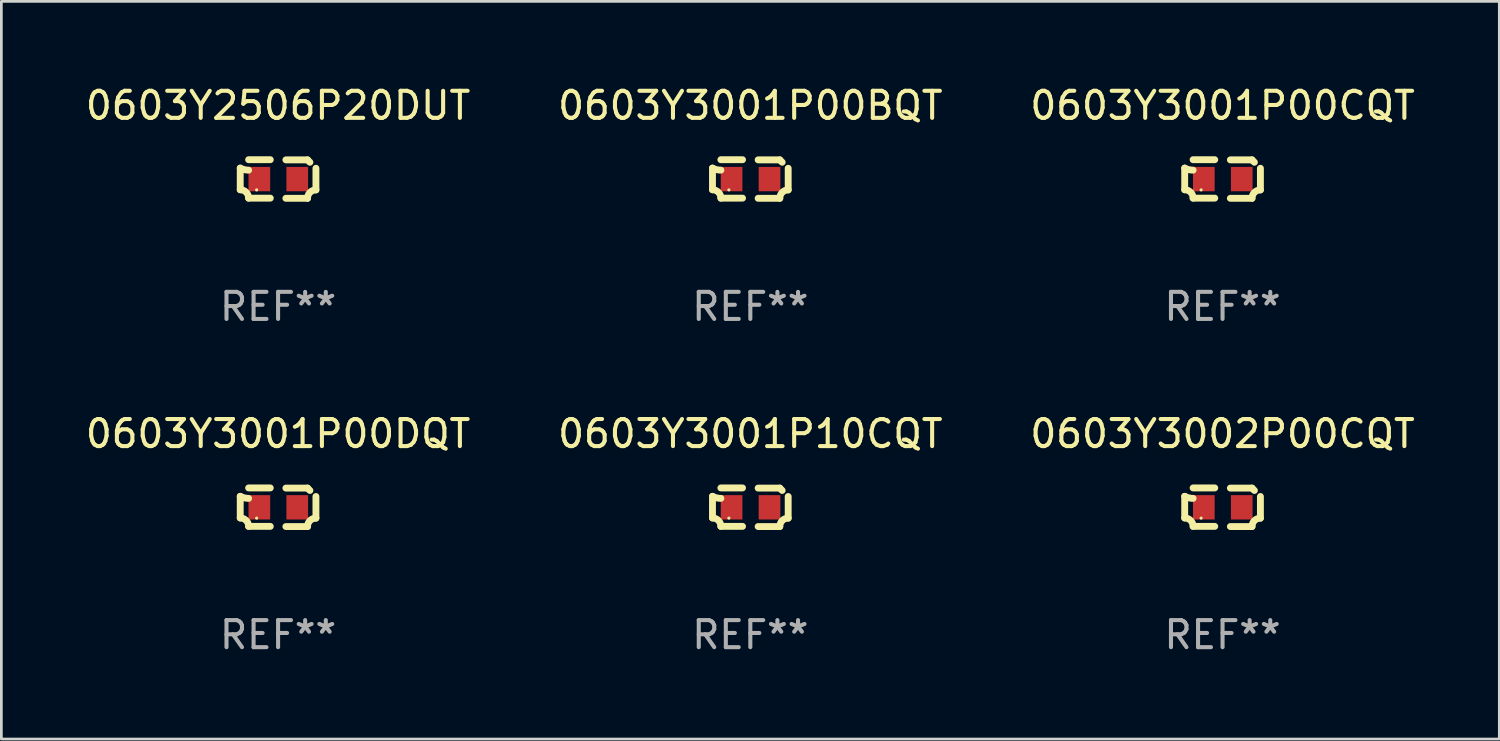
<source format=kicad_pcb>
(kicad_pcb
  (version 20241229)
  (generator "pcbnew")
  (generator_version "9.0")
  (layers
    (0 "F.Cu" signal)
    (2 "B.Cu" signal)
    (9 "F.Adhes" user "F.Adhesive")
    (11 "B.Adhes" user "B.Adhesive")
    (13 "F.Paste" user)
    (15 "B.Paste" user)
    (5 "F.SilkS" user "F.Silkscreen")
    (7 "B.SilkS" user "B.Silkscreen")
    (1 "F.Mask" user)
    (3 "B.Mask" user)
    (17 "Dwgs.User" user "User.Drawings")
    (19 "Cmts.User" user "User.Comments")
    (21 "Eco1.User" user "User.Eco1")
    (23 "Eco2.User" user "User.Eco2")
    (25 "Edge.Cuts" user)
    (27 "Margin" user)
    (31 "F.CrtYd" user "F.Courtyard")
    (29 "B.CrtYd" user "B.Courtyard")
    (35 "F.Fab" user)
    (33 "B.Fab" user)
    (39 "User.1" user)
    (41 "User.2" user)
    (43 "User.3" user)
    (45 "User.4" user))
  (footprint "0603Y2506P20DUT"
    (layer "F.Cu")
    (at 7.22 3.561)
    (property "Reference" "0603Y2506P20DUT" (at 0 -2.713 0) (layer "F.SilkS") (effects (font (size 1 1) (thickness 0.15))))
    (attr through_hole)
    (fp_line (start -1.398 -0.403) (end -1.398 0.397) (stroke (width 0.254) (type solid)) (layer "F.SilkS"))
    (fp_line (start -0.288 -0.713) (end -1.088 -0.713) (stroke (width 0.254) (type solid)) (layer "F.SilkS"))
    (fp_line (start -0.288 0.707) (end -1.088 0.707) (stroke (width 0.254) (type solid)) (layer "F.SilkS"))
    (fp_line (start 0.288 -0.707) (end 1.088 -0.707) (stroke (width 0.254) (type solid)) (layer "F.SilkS"))
    (fp_line (start 0.288 0.713) (end 1.088 0.713) (stroke (width 0.254) (type solid)) (layer "F.SilkS"))
    (fp_line (start 1.398 -0.397) (end 1.398 0.403) (stroke (width 0.254) (type solid)) (layer "F.SilkS"))
    (fp_arc (start -1.397789 0.397066) (mid -1.178701 0.487826) (end -1.08796 0.706922) (stroke (width 0.254001) (type solid)) (layer "F.SilkS"))
    (fp_arc (start -1.08796 -0.327176) (mid -1.247436 -0.346384) (end -1.39779 -0.402908) (stroke (width 0.254001) (type solid)) (layer "F.SilkS"))
    (fp_arc (start 1.087909 0.712738) (mid 1.178656 0.493655) (end 1.397739 0.402908) (stroke (width 0.254001) (type solid)) (layer "F.SilkS"))
    (fp_arc (start 1.175925 -0.618926) (mid 1.131917 -0.662923) (end 1.08791 -0.706922) (stroke (width 0.254001) (type solid)) (layer "F.SilkS"))
    (fp_circle (center -0.792 0.403) (end -0.762 0.403) (stroke (width 0.06) (type solid)) (fill no) (layer "F.SilkS"))
    (fp_text user "REF**" (at 0 4.713 0) (layer "F.Fab") (effects (font (size 1 1) (thickness 0.15))))
    (pad "1" smd rect (at -0.692 0.003) (size 0.8 0.9) (layers "F.Cu" "F.Mask" "F.Paste"))
    (pad "2" smd rect (at 0.708 0.003) (size 0.8 0.9) (layers "F.Cu" "F.Mask" "F.Paste")))
  (footprint "0603Y3001P00CQT"
    (layer "F.Cu")
    (at 42.101 3.561)
    (property "Reference" "0603Y3001P00CQT" (at 0 -2.713 0) (layer "F.SilkS") (effects (font (size 1 1) (thickness 0.15))))
    (attr through_hole)
    (fp_line (start -1.398 -0.403) (end -1.398 0.397) (stroke (width 0.254) (type solid)) (layer "F.SilkS"))
    (fp_line (start -0.288 -0.713) (end -1.088 -0.713) (stroke (width 0.254) (type solid)) (layer "F.SilkS"))
    (fp_line (start -0.288 0.707) (end -1.088 0.707) (stroke (width 0.254) (type solid)) (layer "F.SilkS"))
    (fp_line (start 0.288 -0.707) (end 1.088 -0.707) (stroke (width 0.254) (type solid)) (layer "F.SilkS"))
    (fp_line (start 0.288 0.713) (end 1.088 0.713) (stroke (width 0.254) (type solid)) (layer "F.SilkS"))
    (fp_line (start 1.398 -0.397) (end 1.398 0.403) (stroke (width 0.254) (type solid)) (layer "F.SilkS"))
    (fp_arc (start -1.397789 0.397066) (mid -1.178701 0.487826) (end -1.08796 0.706922) (stroke (width 0.254001) (type solid)) (layer "F.SilkS"))
    (fp_arc (start -1.08796 -0.327176) (mid -1.247436 -0.346384) (end -1.39779 -0.402908) (stroke (width 0.254001) (type solid)) (layer "F.SilkS"))
    (fp_arc (start 1.087909 0.712738) (mid 1.178656 0.493655) (end 1.397739 0.402908) (stroke (width 0.254001) (type solid)) (layer "F.SilkS"))
    (fp_arc (start 1.175925 -0.618926) (mid 1.131917 -0.662923) (end 1.08791 -0.706922) (stroke (width 0.254001) (type solid)) (layer "F.SilkS"))
    (fp_circle (center -0.792 0.403) (end -0.762 0.403) (stroke (width 0.06) (type solid)) (fill no) (layer "F.SilkS"))
    (fp_text user "REF**" (at 0 4.713 0) (layer "F.Fab") (effects (font (size 1 1) (thickness 0.15))))
    (pad "1" smd rect (at -0.692 0.003) (size 0.8 0.9) (layers "F.Cu" "F.Mask" "F.Paste"))
    (pad "2" smd rect (at 0.708 0.003) (size 0.8 0.9) (layers "F.Cu" "F.Mask" "F.Paste")))
  (footprint "0603Y3001P00BQT"
    (layer "F.Cu")
    (at 24.661 3.561)
    (property "Reference" "0603Y3001P00BQT" (at 0 -2.713 0) (layer "F.SilkS") (effects (font (size 1 1) (thickness 0.15))))
    (attr through_hole)
    (fp_line (start -1.398 -0.403) (end -1.398 0.397) (stroke (width 0.254) (type solid)) (layer "F.SilkS"))
    (fp_line (start -0.288 -0.713) (end -1.088 -0.713) (stroke (width 0.254) (type solid)) (layer "F.SilkS"))
    (fp_line (start -0.288 0.707) (end -1.088 0.707) (stroke (width 0.254) (type solid)) (layer "F.SilkS"))
    (fp_line (start 0.288 -0.707) (end 1.088 -0.707) (stroke (width 0.254) (type solid)) (layer "F.SilkS"))
    (fp_line (start 0.288 0.713) (end 1.088 0.713) (stroke (width 0.254) (type solid)) (layer "F.SilkS"))
    (fp_line (start 1.398 -0.397) (end 1.398 0.403) (stroke (width 0.254) (type solid)) (layer "F.SilkS"))
    (fp_arc (start -1.397789 0.397066) (mid -1.178701 0.487826) (end -1.08796 0.706922) (stroke (width 0.254001) (type solid)) (layer "F.SilkS"))
    (fp_arc (start -1.08796 -0.327176) (mid -1.247436 -0.346384) (end -1.39779 -0.402908) (stroke (width 0.254001) (type solid)) (layer "F.SilkS"))
    (fp_arc (start 1.087909 0.712738) (mid 1.178656 0.493655) (end 1.397739 0.402908) (stroke (width 0.254001) (type solid)) (layer "F.SilkS"))
    (fp_arc (start 1.175925 -0.618926) (mid 1.131917 -0.662923) (end 1.08791 -0.706922) (stroke (width 0.254001) (type solid)) (layer "F.SilkS"))
    (fp_circle (center -0.792 0.403) (end -0.762 0.403) (stroke (width 0.06) (type solid)) (fill no) (layer "F.SilkS"))
    (fp_text user "REF**" (at 0 4.713 0) (layer "F.Fab") (effects (font (size 1 1) (thickness 0.15))))
    (pad "1" smd rect (at -0.692 0.003) (size 0.8 0.9) (layers "F.Cu" "F.Mask" "F.Paste"))
    (pad "2" smd rect (at 0.708 0.003) (size 0.8 0.9) (layers "F.Cu" "F.Mask" "F.Paste")))
  (footprint "0603Y3001P00DQT"
    (layer "F.Cu")
    (at 7.22 15.683)
    (property "Reference" "0603Y3001P00DQT" (at 0 -2.713 0) (layer "F.SilkS") (effects (font (size 1 1) (thickness 0.15))))
    (attr through_hole)
    (fp_line (start -1.398 -0.403) (end -1.398 0.397) (stroke (width 0.254) (type solid)) (layer "F.SilkS"))
    (fp_line (start -0.288 -0.713) (end -1.088 -0.713) (stroke (width 0.254) (type solid)) (layer "F.SilkS"))
    (fp_line (start -0.288 0.707) (end -1.088 0.707) (stroke (width 0.254) (type solid)) (layer "F.SilkS"))
    (fp_line (start 0.288 -0.707) (end 1.088 -0.707) (stroke (width 0.254) (type solid)) (layer "F.SilkS"))
    (fp_line (start 0.288 0.713) (end 1.088 0.713) (stroke (width 0.254) (type solid)) (layer "F.SilkS"))
    (fp_line (start 1.398 -0.397) (end 1.398 0.403) (stroke (width 0.254) (type solid)) (layer "F.SilkS"))
    (fp_arc (start -1.397789 0.397066) (mid -1.178701 0.487826) (end -1.08796 0.706922) (stroke (width 0.254001) (type solid)) (layer "F.SilkS"))
    (fp_arc (start -1.08796 -0.327176) (mid -1.247436 -0.346384) (end -1.39779 -0.402908) (stroke (width 0.254001) (type solid)) (layer "F.SilkS"))
    (fp_arc (start 1.087909 0.712738) (mid 1.178656 0.493655) (end 1.397739 0.402908) (stroke (width 0.254001) (type solid)) (layer "F.SilkS"))
    (fp_arc (start 1.175925 -0.618926) (mid 1.131917 -0.662923) (end 1.08791 -0.706922) (stroke (width 0.254001) (type solid)) (layer "F.SilkS"))
    (fp_circle (center -0.792 0.403) (end -0.762 0.403) (stroke (width 0.06) (type solid)) (fill no) (layer "F.SilkS"))
    (fp_text user "REF**" (at 0 4.713 0) (layer "F.Fab") (effects (font (size 1 1) (thickness 0.15))))
    (pad "1" smd rect (at -0.692 0.003) (size 0.8 0.9) (layers "F.Cu" "F.Mask" "F.Paste"))
    (pad "2" smd rect (at 0.708 0.003) (size 0.8 0.9) (layers "F.Cu" "F.Mask" "F.Paste")))
  (footprint "0603Y3001P10CQT"
    (layer "F.Cu")
    (at 24.661 15.683)
    (property "Reference" "0603Y3001P10CQT" (at 0 -2.713 0) (layer "F.SilkS") (effects (font (size 1 1) (thickness 0.15))))
    (attr through_hole)
    (fp_line (start -1.398 -0.403) (end -1.398 0.397) (stroke (width 0.254) (type solid)) (layer "F.SilkS"))
    (fp_line (start -0.288 -0.713) (end -1.088 -0.713) (stroke (width 0.254) (type solid)) (layer "F.SilkS"))
    (fp_line (start -0.288 0.707) (end -1.088 0.707) (stroke (width 0.254) (type solid)) (layer "F.SilkS"))
    (fp_line (start 0.288 -0.707) (end 1.088 -0.707) (stroke (width 0.254) (type solid)) (layer "F.SilkS"))
    (fp_line (start 0.288 0.713) (end 1.088 0.713) (stroke (width 0.254) (type solid)) (layer "F.SilkS"))
    (fp_line (start 1.398 -0.397) (end 1.398 0.403) (stroke (width 0.254) (type solid)) (layer "F.SilkS"))
    (fp_arc (start -1.397789 0.397066) (mid -1.178701 0.487826) (end -1.08796 0.706922) (stroke (width 0.254001) (type solid)) (layer "F.SilkS"))
    (fp_arc (start -1.08796 -0.327176) (mid -1.247436 -0.346384) (end -1.39779 -0.402908) (stroke (width 0.254001) (type solid)) (layer "F.SilkS"))
    (fp_arc (start 1.087909 0.712738) (mid 1.178656 0.493655) (end 1.397739 0.402908) (stroke (width 0.254001) (type solid)) (layer "F.SilkS"))
    (fp_arc (start 1.175925 -0.618926) (mid 1.131917 -0.662923) (end 1.08791 -0.706922) (stroke (width 0.254001) (type solid)) (layer "F.SilkS"))
    (fp_circle (center -0.792 0.403) (end -0.762 0.403) (stroke (width 0.06) (type solid)) (fill no) (layer "F.SilkS"))
    (fp_text user "REF**" (at 0 4.713 0) (layer "F.Fab") (effects (font (size 1 1) (thickness 0.15))))
    (pad "1" smd rect (at -0.692 0.003) (size 0.8 0.9) (layers "F.Cu" "F.Mask" "F.Paste"))
    (pad "2" smd rect (at 0.708 0.003) (size 0.8 0.9) (layers "F.Cu" "F.Mask" "F.Paste")))
  (footprint "0603Y3002P00CQT"
    (layer "F.Cu")
    (at 42.101 15.683)
    (property "Reference" "0603Y3002P00CQT" (at 0 -2.713 0) (layer "F.SilkS") (effects (font (size 1 1) (thickness 0.15))))
    (attr through_hole)
    (fp_line (start -1.398 -0.403) (end -1.398 0.397) (stroke (width 0.254) (type solid)) (layer "F.SilkS"))
    (fp_line (start -0.288 -0.713) (end -1.088 -0.713) (stroke (width 0.254) (type solid)) (layer "F.SilkS"))
    (fp_line (start -0.288 0.707) (end -1.088 0.707) (stroke (width 0.254) (type solid)) (layer "F.SilkS"))
    (fp_line (start 0.288 -0.707) (end 1.088 -0.707) (stroke (width 0.254) (type solid)) (layer "F.SilkS"))
    (fp_line (start 0.288 0.713) (end 1.088 0.713) (stroke (width 0.254) (type solid)) (layer "F.SilkS"))
    (fp_line (start 1.398 -0.397) (end 1.398 0.403) (stroke (width 0.254) (type solid)) (layer "F.SilkS"))
    (fp_arc (start -1.397789 0.397066) (mid -1.178701 0.487826) (end -1.08796 0.706922) (stroke (width 0.254001) (type solid)) (layer "F.SilkS"))
    (fp_arc (start -1.08796 -0.327176) (mid -1.247436 -0.346384) (end -1.39779 -0.402908) (stroke (width 0.254001) (type solid)) (layer "F.SilkS"))
    (fp_arc (start 1.087909 0.712738) (mid 1.178656 0.493655) (end 1.397739 0.402908) (stroke (width 0.254001) (type solid)) (layer "F.SilkS"))
    (fp_arc (start 1.175925 -0.618926) (mid 1.131917 -0.662923) (end 1.08791 -0.706922) (stroke (width 0.254001) (type solid)) (layer "F.SilkS"))
    (fp_circle (center -0.792 0.403) (end -0.762 0.403) (stroke (width 0.06) (type solid)) (fill no) (layer "F.SilkS"))
    (fp_text user "REF**" (at 0 4.713 0) (layer "F.Fab") (effects (font (size 1 1) (thickness 0.15))))
    (pad "1" smd rect (at -0.692 0.003) (size 0.8 0.9) (layers "F.Cu" "F.Mask" "F.Paste"))
    (pad "2" smd rect (at 0.708 0.003) (size 0.8 0.9) (layers "F.Cu" "F.Mask" "F.Paste")))
  (gr_rect
    (start -3 -3)
    (end 52.321 24.244)
    (stroke (width 0.1) (type default))
    (fill no)
    (layer "Edge.Cuts")))
</source>
